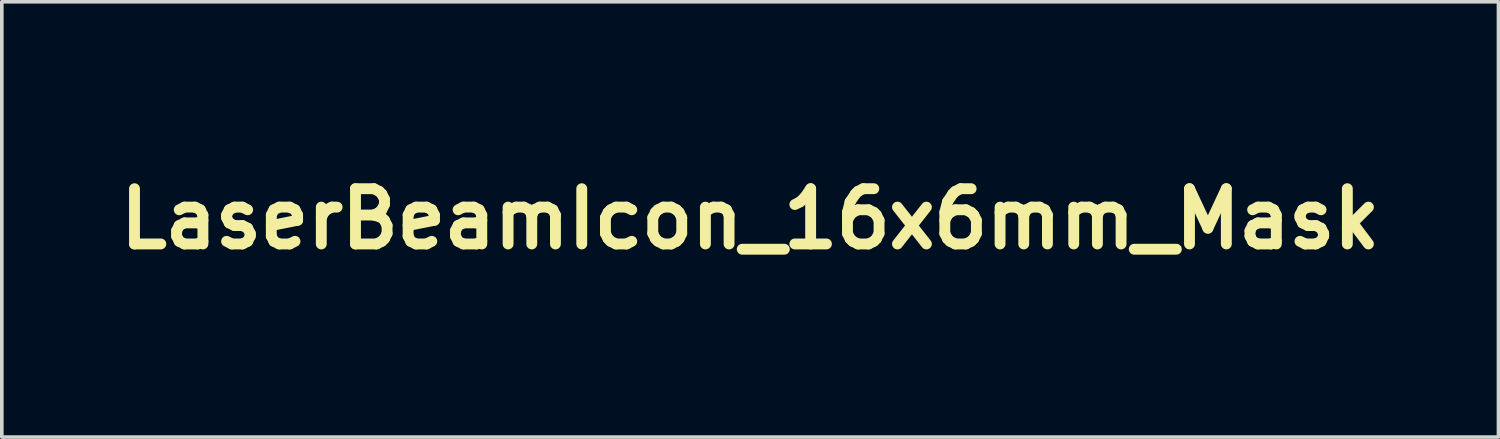
<source format=kicad_pcb>
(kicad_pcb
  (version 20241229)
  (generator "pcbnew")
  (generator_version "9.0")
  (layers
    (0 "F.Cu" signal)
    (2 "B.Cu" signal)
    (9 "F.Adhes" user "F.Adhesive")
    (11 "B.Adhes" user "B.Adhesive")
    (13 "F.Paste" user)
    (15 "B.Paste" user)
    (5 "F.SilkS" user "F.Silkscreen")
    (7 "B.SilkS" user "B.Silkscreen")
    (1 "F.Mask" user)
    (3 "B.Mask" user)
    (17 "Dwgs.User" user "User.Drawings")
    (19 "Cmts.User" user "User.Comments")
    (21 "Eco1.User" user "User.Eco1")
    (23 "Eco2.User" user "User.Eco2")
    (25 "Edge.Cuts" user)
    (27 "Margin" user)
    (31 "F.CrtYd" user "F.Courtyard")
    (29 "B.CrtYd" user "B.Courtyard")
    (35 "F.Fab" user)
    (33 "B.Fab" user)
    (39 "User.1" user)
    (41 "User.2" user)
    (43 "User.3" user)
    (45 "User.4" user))
  (footprint "LaserBeamIcon_16x6mm_Mask"
    (layer "F.Cu")
    (at 17.642 2.99)
    (property "Reference" "LaserBeamIcon_16x6mm_Mask" (at 0 0 0) (layer "F.SilkS") (effects (font (size 1.524 1.524) (thickness 0.3))))
    (attr exclude_from_pos_files exclude_from_bom)
    (fp_poly (pts (xy -4.968 -1.991) (xy -4.961 -0.992) (xy -4.873 -1.31) (xy -4.835 -1.448) (xy -4.798 -1.583) (xy -4.766 -1.697) (xy -4.746 -1.769) (xy -4.707 -1.91) (xy -4.609 -1.892) (xy -4.539 -1.875) (xy -4.493 -1.856) (xy -4.489 -1.853) (xy -4.487 -1.82) (xy -4.5 -1.742) (xy -4.525 -1.626) (xy -4.562 -1.476) (xy -4.608 -1.3) (xy -4.663 -1.104) (xy -4.672 -1.073) (xy -4.689 -1.005) (xy -4.692 -0.968) (xy -4.685 -0.967) (xy -4.667 -0.995) (xy -4.625 -1.064) (xy -4.564 -1.167) (xy -4.486 -1.3) (xy -4.395 -1.456) (xy -4.293 -1.631) (xy -4.219 -1.759) (xy -4.089 -1.986) (xy -3.983 -2.171) (xy -3.898 -2.319) (xy -3.831 -2.432) (xy -3.78 -2.517) (xy -3.743 -2.575) (xy -3.715 -2.611) (xy -3.694 -2.63) (xy -3.679 -2.635) (xy -3.665 -2.631) (xy -3.65 -2.62) (xy -3.632 -2.608) (xy -3.631 -2.607) (xy -3.567 -2.571) (xy -3.522 -2.544) (xy -3.517 -2.528) (xy -3.526 -2.493) (xy -3.551 -2.435) (xy -3.593 -2.35) (xy -3.655 -2.234) (xy -3.739 -2.083) (xy -3.846 -1.894) (xy -3.948 -1.716) (xy -4.058 -1.526) (xy -4.16 -1.348) (xy -4.251 -1.188) (xy -4.329 -1.052) (xy -4.389 -0.946) (xy -4.429 -0.874) (xy -4.444 -0.847) (xy -4.437 -0.843) (xy -4.398 -0.873) (xy -4.332 -0.931) (xy -4.244 -1.014) (xy -4.138 -1.116) (xy -4.13 -1.124) (xy -3.784 -1.468) (xy -3.612 -1.296) (xy -3.956 -0.95) (xy -4.06 -0.843) (xy -4.144 -0.754) (xy -4.204 -0.686) (xy -4.236 -0.645) (xy -4.235 -0.635) (xy -4.233 -0.636) (xy -4.195 -0.657) (xy -4.117 -0.701) (xy -4.005 -0.765) (xy -3.865 -0.845) (xy -3.703 -0.938) (xy -3.524 -1.041) (xy -3.399 -1.114) (xy -3.215 -1.22) (xy -3.044 -1.318) (xy -2.893 -1.405) (xy -2.766 -1.477) (xy -2.67 -1.531) (xy -2.61 -1.564) (xy -2.592 -1.573) (xy -2.551 -1.56) (xy -2.502 -1.497) (xy -2.494 -1.483) (xy -2.434 -1.378) (xy -2.613 -1.274) (xy -2.683 -1.233) (xy -2.792 -1.17) (xy -2.93 -1.09) (xy -3.09 -0.997) (xy -3.263 -0.897) (xy -3.44 -0.795) (xy -3.608 -0.697) (xy -3.762 -0.607) (xy -3.896 -0.528) (xy -4.002 -0.464) (xy -4.076 -0.419) (xy -4.111 -0.397) (xy -4.112 -0.395) (xy -4.107 -0.386) (xy -4.064 -0.393) (xy -4.046 -0.398) (xy -3.87 -0.448) (xy -3.701 -0.493) (xy -3.546 -0.532) (xy -3.414 -0.563) (xy -3.311 -0.584) (xy -3.246 -0.593) (xy -3.227 -0.591) (xy -3.208 -0.552) (xy -3.19 -0.485) (xy -3.188 -0.471) (xy -3.17 -0.374) (xy -3.298 -0.336) (xy -3.378 -0.314) (xy -3.492 -0.282) (xy -3.622 -0.247) (xy -3.717 -0.222) (xy -4.008 -0.146) (xy 2.044 -0.139) (xy 8.096 -0.132) (xy 8.096 0.159) (xy 2.044 0.165) (xy -4.008 0.172) (xy -3.717 0.248) (xy -3.585 0.284) (xy -3.457 0.318) (xy -3.351 0.347) (xy -3.298 0.363) (xy -3.17 0.4) (xy -3.188 0.498) (xy -3.205 0.568) (xy -3.224 0.613) (xy -3.227 0.617) (xy -3.259 0.618) (xy -3.334 0.606) (xy -3.445 0.583) (xy -3.583 0.55) (xy -3.742 0.509) (xy -3.914 0.462) (xy -4.046 0.424) (xy -4.099 0.413) (xy -4.116 0.418) (xy -4.112 0.422) (xy -4.084 0.441) (xy -4.016 0.483) (xy -3.914 0.544) (xy -3.784 0.62) (xy -3.633 0.709) (xy -3.466 0.806) (xy -3.44 0.821) (xy -3.261 0.924) (xy -3.088 1.025) (xy -2.928 1.117) (xy -2.791 1.197) (xy -2.682 1.26) (xy -2.613 1.3) (xy -2.434 1.405) (xy -2.494 1.509) (xy -2.545 1.581) (xy -2.587 1.601) (xy -2.592 1.599) (xy -2.624 1.583) (xy -2.696 1.543) (xy -2.802 1.483) (xy -2.937 1.406) (xy -3.095 1.316) (xy -3.27 1.215) (xy -3.399 1.14) (xy -3.585 1.033) (xy -3.759 0.932) (xy -3.914 0.843) (xy -4.046 0.768) (xy -4.147 0.71) (xy -4.213 0.674) (xy -4.233 0.662) (xy -4.237 0.669) (xy -4.207 0.708) (xy -4.149 0.775) (xy -4.066 0.863) (xy -3.964 0.968) (xy -3.956 0.976) (xy -3.612 1.323) (xy -3.784 1.494) (xy -4.13 1.15) (xy -4.237 1.047) (xy -4.326 0.963) (xy -4.394 0.903) (xy -4.435 0.871) (xy -4.445 0.872) (xy -4.444 0.873) (xy -4.423 0.911) (xy -4.379 0.989) (xy -4.316 1.101) (xy -4.235 1.242) (xy -4.142 1.406) (xy -4.038 1.587) (xy -3.948 1.743) (xy -3.821 1.965) (xy -3.719 2.145) (xy -3.64 2.288) (xy -3.582 2.397) (xy -3.544 2.476) (xy -3.523 2.529) (xy -3.517 2.56) (xy -3.522 2.57) (xy -3.572 2.601) (xy -3.631 2.634) (xy -3.649 2.646) (xy -3.664 2.657) (xy -3.678 2.662) (xy -3.693 2.657) (xy -3.713 2.64) (xy -3.741 2.604) (xy -3.778 2.547) (xy -3.828 2.465) (xy -3.893 2.353) (xy -3.977 2.208) (xy -4.082 2.025) (xy -4.211 1.801) (xy -4.219 1.786) (xy -4.326 1.602) (xy -4.424 1.432) (xy -4.511 1.283) (xy -4.585 1.158) (xy -4.64 1.065) (xy -4.675 1.008) (xy -4.685 0.993) (xy -4.693 1.001) (xy -4.685 1.048) (xy -4.672 1.099) (xy -4.616 1.298) (xy -4.568 1.478) (xy -4.53 1.632) (xy -4.503 1.753) (xy -4.488 1.837) (xy -4.488 1.878) (xy -4.489 1.88) (xy -4.528 1.898) (xy -4.595 1.916) (xy -4.609 1.919) (xy -4.707 1.937) (xy -4.746 1.795) (xy -4.769 1.712) (xy -4.802 1.595) (xy -4.84 1.459) (xy -4.873 1.336) (xy -4.961 1.019) (xy -4.968 2.017) (xy -4.975 3.016) (xy -5.212 3.016) (xy -5.212 2.02) (xy -5.213 1.796) (xy -5.213 1.591) (xy -5.215 1.41) (xy -5.217 1.258) (xy -5.219 1.141) (xy -5.221 1.065) (xy -5.224 1.035) (xy -5.224 1.035) (xy -5.235 1.063) (xy -5.256 1.134) (xy -5.286 1.236) (xy -5.32 1.36) (xy -5.331 1.403) (xy -5.379 1.582) (xy -5.415 1.715) (xy -5.443 1.81) (xy -5.466 1.873) (xy -5.486 1.909) (xy -5.506 1.925) (xy -5.53 1.928) (xy -5.561 1.922) (xy -5.579 1.919) (xy -5.648 1.902) (xy -5.694 1.883) (xy -5.697 1.88) (xy -5.699 1.846) (xy -5.687 1.769) (xy -5.661 1.652) (xy -5.625 1.503) (xy -5.578 1.327) (xy -5.523 1.13) (xy -5.514 1.099) (xy -5.498 1.031) (xy -5.494 0.994) (xy -5.501 0.993) (xy -5.52 1.022) (xy -5.561 1.09) (xy -5.623 1.194) (xy -5.701 1.327) (xy -5.792 1.483) (xy -5.893 1.658) (xy -5.967 1.786) (xy -6.074 1.972) (xy -6.174 2.145) (xy -6.263 2.3) (xy -6.339 2.43) (xy -6.397 2.53) (xy -6.435 2.594) (xy -6.447 2.614) (xy -6.485 2.675) (xy -6.583 2.616) (xy -6.645 2.579) (xy -6.684 2.554) (xy -6.69 2.55) (xy -6.679 2.527) (xy -6.645 2.462) (xy -6.591 2.363) (xy -6.518 2.233) (xy -6.431 2.079) (xy -6.331 1.905) (xy -6.237 1.741) (xy -6.128 1.551) (xy -6.026 1.373) (xy -5.935 1.214) (xy -5.857 1.078) (xy -5.797 0.972) (xy -5.757 0.901) (xy -5.742 0.873) (xy -5.749 0.87) (xy -5.789 0.899) (xy -5.855 0.958) (xy -5.943 1.04) (xy -6.048 1.143) (xy -6.056 1.15) (xy -6.403 1.494) (xy -6.574 1.323) (xy -6.23 0.975) (xy -6.124 0.867) (xy -6.034 0.774) (xy -5.965 0.702) (xy -5.923 0.655) (xy -5.913 0.641) (xy -5.913 0.641) (xy -5.942 0.657) (xy -6.011 0.696) (xy -6.114 0.756) (xy -6.248 0.832) (xy -6.406 0.923) (xy -6.582 1.024) (xy -6.747 1.119) (xy -6.936 1.228) (xy -7.112 1.329) (xy -7.268 1.418) (xy -7.4 1.493) (xy -7.503 1.55) (xy -7.569 1.587) (xy -7.594 1.599) (xy -7.634 1.588) (xy -7.684 1.525) (xy -7.693 1.509) (xy -7.752 1.405) (xy -7.6 1.316) (xy -7.539 1.28) (xy -7.438 1.222) (xy -7.307 1.146) (xy -7.151 1.056) (xy -6.978 0.956) (xy -6.796 0.851) (xy -6.742 0.82) (xy -6.567 0.719) (xy -6.409 0.626) (xy -6.272 0.546) (xy -6.162 0.481) (xy -6.084 0.435) (xy -6.044 0.41) (xy -6.04 0.407) (xy -6.066 0.412) (xy -6.135 0.429) (xy -6.238 0.455) (xy -6.367 0.488) (xy -6.482 0.519) (xy -6.628 0.557) (xy -6.756 0.588) (xy -6.859 0.611) (xy -6.926 0.623) (xy -6.949 0.624) (xy -6.971 0.593) (xy -6.992 0.533) (xy -7.005 0.466) (xy -7.005 0.415) (xy -7 0.403) (xy -6.971 0.391) (xy -6.899 0.369) (xy -6.794 0.338) (xy -6.665 0.302) (xy -6.568 0.275) (xy -6.152 0.162) (xy -7.124 0.161) (xy -8.096 0.159) (xy -8.096 -0.132) (xy -7.124 -0.134) (xy -6.152 -0.136) (xy -6.568 -0.249) (xy -6.709 -0.288) (xy -6.832 -0.323) (xy -6.927 -0.351) (xy -6.985 -0.37) (xy -7 -0.377) (xy -7.007 -0.413) (xy -6.999 -0.476) (xy -6.981 -0.543) (xy -6.959 -0.589) (xy -6.949 -0.598) (xy -6.914 -0.595) (xy -6.838 -0.58) (xy -6.729 -0.555) (xy -6.596 -0.522) (xy -6.482 -0.492) (xy -6.339 -0.454) (xy -6.215 -0.422) (xy -6.118 -0.398) (xy -6.057 -0.384) (xy -6.04 -0.381) (xy -6.061 -0.394) (xy -6.122 -0.432) (xy -6.218 -0.488) (xy -6.344 -0.562) (xy -6.493 -0.649) (xy -6.661 -0.746) (xy -6.742 -0.793) (xy -6.925 -0.899) (xy -7.102 -1.001) (xy -7.263 -1.094) (xy -7.403 -1.175) (xy -7.513 -1.239) (xy -7.587 -1.282) (xy -7.6 -1.29) (xy -7.752 -1.378) (xy -7.693 -1.483) (xy -7.642 -1.554) (xy -7.6 -1.574) (xy -7.594 -1.573) (xy -7.562 -1.556) (xy -7.49 -1.517) (xy -7.384 -1.457) (xy -7.248 -1.38) (xy -7.088 -1.289) (xy -6.91 -1.187) (xy -6.747 -1.093) (xy -6.558 -0.984) (xy -6.384 -0.884) (xy -6.229 -0.795) (xy -6.099 -0.72) (xy -6 -0.663) (xy -5.936 -0.627) (xy -5.913 -0.615) (xy -5.923 -0.628) (xy -5.964 -0.674) (xy -6.032 -0.745) (xy -6.122 -0.838) (xy -6.228 -0.946) (xy -6.23 -0.949) (xy -6.574 -1.296) (xy -6.403 -1.468) (xy -6.056 -1.124) (xy -5.95 -1.02) (xy -5.86 -0.936) (xy -5.792 -0.876) (xy -5.751 -0.844) (xy -5.742 -0.845) (xy -5.742 -0.847) (xy -5.763 -0.885) (xy -5.807 -0.963) (xy -5.871 -1.075) (xy -5.951 -1.216) (xy -6.044 -1.379) (xy -6.148 -1.56) (xy -6.237 -1.715) (xy -6.344 -1.902) (xy -6.442 -2.074) (xy -6.528 -2.225) (xy -6.599 -2.351) (xy -6.651 -2.446) (xy -6.682 -2.506) (xy -6.69 -2.524) (xy -6.664 -2.541) (xy -6.608 -2.574) (xy -6.583 -2.59) (xy -6.485 -2.648) (xy -6.447 -2.588) (xy -6.424 -2.551) (xy -6.379 -2.473) (xy -6.315 -2.362) (xy -6.234 -2.223) (xy -6.141 -2.061) (xy -6.038 -1.883) (xy -5.967 -1.759) (xy -5.861 -1.576) (xy -5.763 -1.406) (xy -5.675 -1.256) (xy -5.602 -1.132) (xy -5.546 -1.039) (xy -5.511 -0.982) (xy -5.501 -0.967) (xy -5.494 -0.975) (xy -5.501 -1.022) (xy -5.514 -1.073) (xy -5.571 -1.272) (xy -5.618 -1.451) (xy -5.657 -1.605) (xy -5.684 -1.727) (xy -5.698 -1.811) (xy -5.698 -1.851) (xy -5.697 -1.853) (xy -5.658 -1.872) (xy -5.591 -1.89) (xy -5.579 -1.892) (xy -5.544 -1.899) (xy -5.517 -1.901) (xy -5.496 -1.893) (xy -5.476 -1.867) (xy -5.455 -1.818) (xy -5.43 -1.74) (xy -5.398 -1.626) (xy -5.356 -1.471) (xy -5.331 -1.377) (xy -5.296 -1.247) (xy -5.265 -1.137) (xy -5.241 -1.055) (xy -5.226 -1.012) (xy -5.224 -1.008) (xy -5.221 -1.031) (xy -5.219 -1.101) (xy -5.217 -1.213) (xy -5.215 -1.36) (xy -5.214 -1.538) (xy -5.213 -1.74) (xy -5.212 -1.961) (xy -5.212 -1.993) (xy -5.212 -2.99) (xy -4.975 -2.99)) (stroke (width 0) (type solid)) (fill yes) (layer "F.Mask")))
  (gr_rect
    (start -3 -3)
    (end 38.284 9.006)
    (stroke (width 0.1) (type default))
    (fill no)
    (layer "Edge.Cuts")))
</source>
